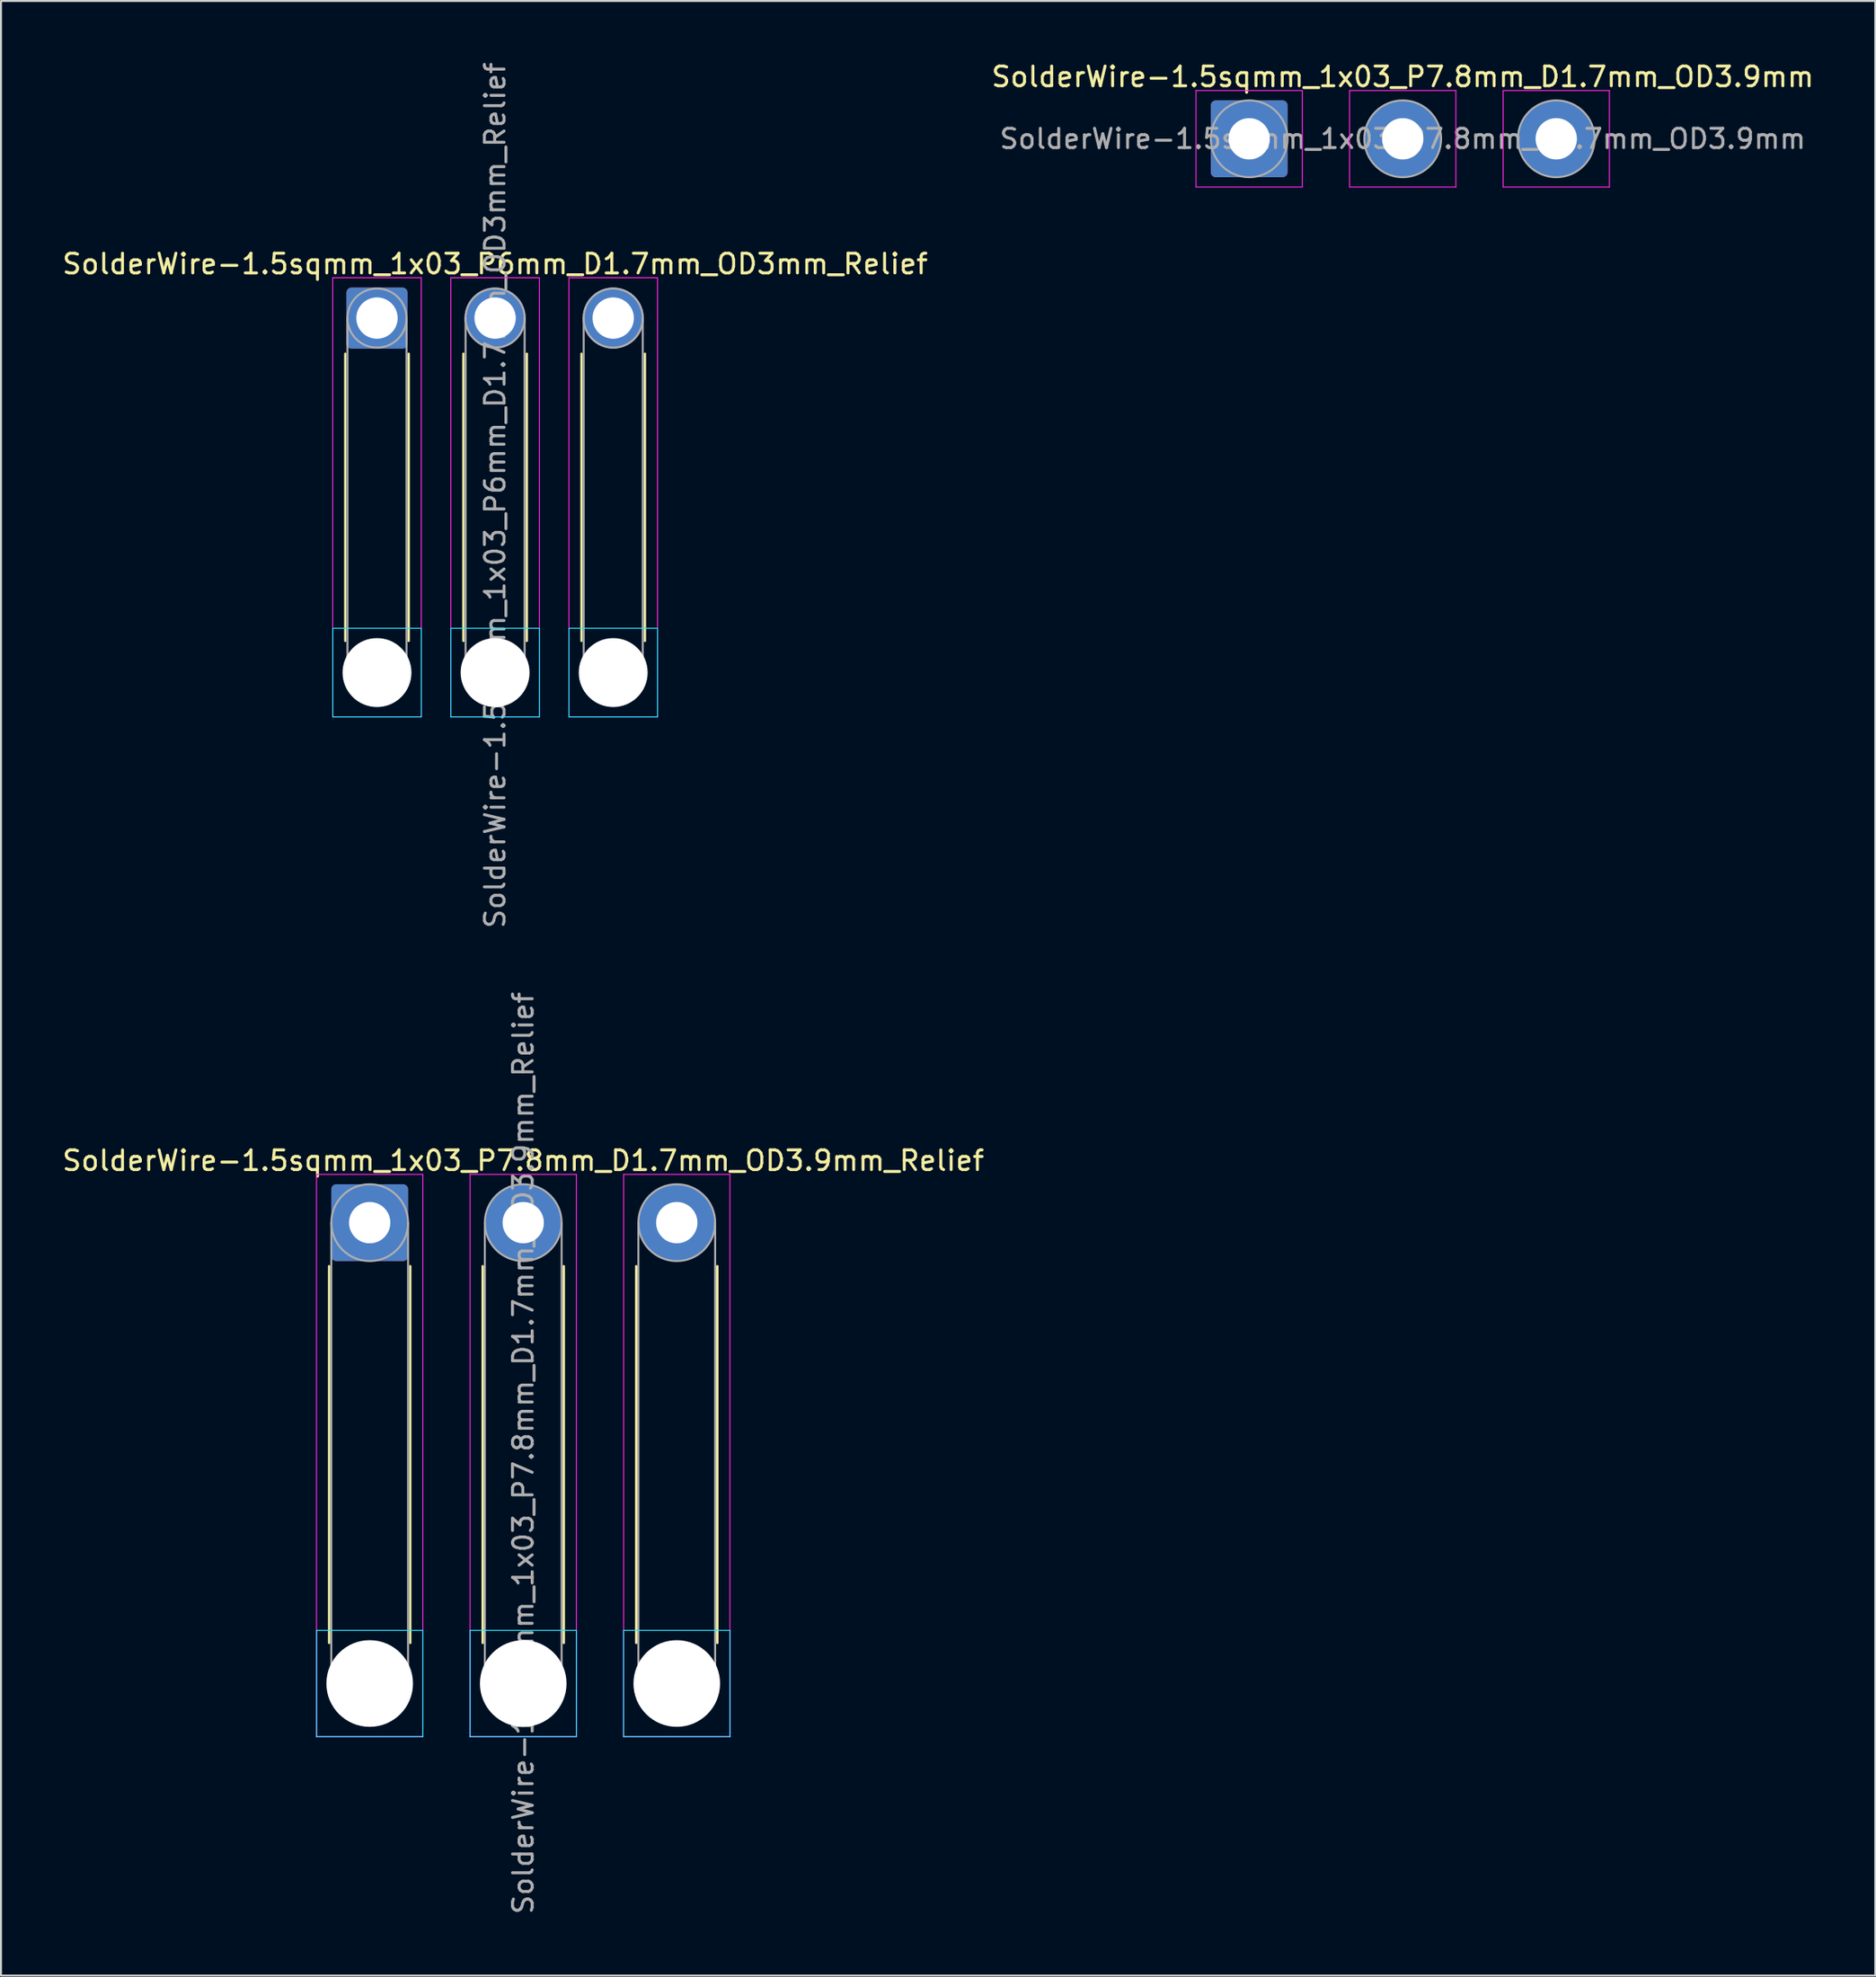
<source format=kicad_pcb>
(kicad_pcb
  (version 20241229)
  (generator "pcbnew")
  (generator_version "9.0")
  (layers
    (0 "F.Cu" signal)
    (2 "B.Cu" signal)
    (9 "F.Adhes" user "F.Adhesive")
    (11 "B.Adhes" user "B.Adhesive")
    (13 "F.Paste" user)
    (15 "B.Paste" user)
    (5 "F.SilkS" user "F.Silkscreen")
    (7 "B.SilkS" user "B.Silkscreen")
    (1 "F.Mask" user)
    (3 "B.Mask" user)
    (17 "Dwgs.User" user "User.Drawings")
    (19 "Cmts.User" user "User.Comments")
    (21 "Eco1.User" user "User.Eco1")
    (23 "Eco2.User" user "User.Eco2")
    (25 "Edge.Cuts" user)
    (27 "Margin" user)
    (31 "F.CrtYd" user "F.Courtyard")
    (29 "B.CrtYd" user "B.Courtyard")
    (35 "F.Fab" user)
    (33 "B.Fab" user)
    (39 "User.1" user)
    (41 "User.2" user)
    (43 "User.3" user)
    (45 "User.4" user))
  (footprint "SolderWire-1.5sqmm_1x03_P7.8mm_D1.7mm_OD3.9mm_Relief"
    (layer "F.Cu")
    (at 15.73 59.032)
    (property "Reference" "SolderWire-1.5sqmm_1x03_P7.8mm_D1.7mm_OD3.9mm_Relief" (at 7.8 -3.15 0) (layer "F.SilkS") (effects (font (size 1 1) (thickness 0.15))))
    (attr exclude_from_pos_files exclude_from_bom)
    (fp_line (start -2.06 2.21) (end -2.06 21.34) (stroke (width 0.12) (type solid)) (layer "F.SilkS"))
    (fp_line (start 2.06 2.21) (end 2.06 21.34) (stroke (width 0.12) (type solid)) (layer "F.SilkS"))
    (fp_line (start 5.74 2.21) (end 5.74 21.34) (stroke (width 0.12) (type solid)) (layer "F.SilkS"))
    (fp_line (start 9.86 2.21) (end 9.86 21.34) (stroke (width 0.12) (type solid)) (layer "F.SilkS"))
    (fp_line (start 13.54 2.21) (end 13.54 21.34) (stroke (width 0.12) (type solid)) (layer "F.SilkS"))
    (fp_line (start 17.66 2.21) (end 17.66 21.34) (stroke (width 0.12) (type solid)) (layer "F.SilkS"))
    (fp_line (start -2.7 20.7) (end -2.7 26.1) (stroke (width 0.05) (type solid)) (layer "B.CrtYd"))
    (fp_line (start -2.7 26.1) (end 2.7 26.1) (stroke (width 0.05) (type solid)) (layer "B.CrtYd"))
    (fp_line (start 2.7 20.7) (end -2.7 20.7) (stroke (width 0.05) (type solid)) (layer "B.CrtYd"))
    (fp_line (start 2.7 26.1) (end 2.7 20.7) (stroke (width 0.05) (type solid)) (layer "B.CrtYd"))
    (fp_line (start 5.1 20.7) (end 5.1 26.1) (stroke (width 0.05) (type solid)) (layer "B.CrtYd"))
    (fp_line (start 5.1 26.1) (end 10.5 26.1) (stroke (width 0.05) (type solid)) (layer "B.CrtYd"))
    (fp_line (start 10.5 20.7) (end 5.1 20.7) (stroke (width 0.05) (type solid)) (layer "B.CrtYd"))
    (fp_line (start 10.5 26.1) (end 10.5 20.7) (stroke (width 0.05) (type solid)) (layer "B.CrtYd"))
    (fp_line (start 12.9 20.7) (end 12.9 26.1) (stroke (width 0.05) (type solid)) (layer "B.CrtYd"))
    (fp_line (start 12.9 26.1) (end 18.3 26.1) (stroke (width 0.05) (type solid)) (layer "B.CrtYd"))
    (fp_line (start 18.3 20.7) (end 12.9 20.7) (stroke (width 0.05) (type solid)) (layer "B.CrtYd"))
    (fp_line (start 18.3 26.1) (end 18.3 20.7) (stroke (width 0.05) (type solid)) (layer "B.CrtYd"))
    (fp_line (start -2.7 -2.45) (end -2.7 26.1) (stroke (width 0.05) (type solid)) (layer "F.CrtYd"))
    (fp_line (start -2.7 26.1) (end 2.7 26.1) (stroke (width 0.05) (type solid)) (layer "F.CrtYd"))
    (fp_line (start 2.7 -2.45) (end -2.7 -2.45) (stroke (width 0.05) (type solid)) (layer "F.CrtYd"))
    (fp_line (start 2.7 26.1) (end 2.7 -2.45) (stroke (width 0.05) (type solid)) (layer "F.CrtYd"))
    (fp_line (start 5.1 -2.45) (end 5.1 26.1) (stroke (width 0.05) (type solid)) (layer "F.CrtYd"))
    (fp_line (start 5.1 26.1) (end 10.5 26.1) (stroke (width 0.05) (type solid)) (layer "F.CrtYd"))
    (fp_line (start 10.5 -2.45) (end 5.1 -2.45) (stroke (width 0.05) (type solid)) (layer "F.CrtYd"))
    (fp_line (start 10.5 26.1) (end 10.5 -2.45) (stroke (width 0.05) (type solid)) (layer "F.CrtYd"))
    (fp_line (start 12.9 -2.45) (end 12.9 26.1) (stroke (width 0.05) (type solid)) (layer "F.CrtYd"))
    (fp_line (start 12.9 26.1) (end 18.3 26.1) (stroke (width 0.05) (type solid)) (layer "F.CrtYd"))
    (fp_line (start 18.3 -2.45) (end 12.9 -2.45) (stroke (width 0.05) (type solid)) (layer "F.CrtYd"))
    (fp_line (start 18.3 26.1) (end 18.3 -2.45) (stroke (width 0.05) (type solid)) (layer "F.CrtYd"))
    (fp_line (start -1.95 0) (end -1.95 23.4) (stroke (width 0.1) (type solid)) (layer "F.Fab"))
    (fp_line (start 1.95 0) (end 1.95 23.4) (stroke (width 0.1) (type solid)) (layer "F.Fab"))
    (fp_line (start 5.85 0) (end 5.85 23.4) (stroke (width 0.1) (type solid)) (layer "F.Fab"))
    (fp_line (start 9.75 0) (end 9.75 23.4) (stroke (width 0.1) (type solid)) (layer "F.Fab"))
    (fp_line (start 13.65 0) (end 13.65 23.4) (stroke (width 0.1) (type solid)) (layer "F.Fab"))
    (fp_line (start 17.55 0) (end 17.55 23.4) (stroke (width 0.1) (type solid)) (layer "F.Fab"))
    (fp_circle (center 0 0) (end 1.95 0) (stroke (width 0.1) (type solid)) (fill no) (layer "F.Fab"))
    (fp_circle (center 0 23.4) (end 1.95 23.4) (stroke (width 0.1) (type solid)) (fill no) (layer "F.Fab"))
    (fp_circle (center 7.8 0) (end 9.75 0) (stroke (width 0.1) (type solid)) (fill no) (layer "F.Fab"))
    (fp_circle (center 7.8 23.4) (end 9.75 23.4) (stroke (width 0.1) (type solid)) (fill no) (layer "F.Fab"))
    (fp_circle (center 15.6 0) (end 17.55 0) (stroke (width 0.1) (type solid)) (fill no) (layer "F.Fab"))
    (fp_circle (center 15.6 23.4) (end 17.55 23.4) (stroke (width 0.1) (type solid)) (fill no) (layer "F.Fab"))
    (fp_text user "${REFERENCE}" (at 7.8 11.7 90) (layer "F.Fab") (effects (font (size 1 1) (thickness 0.15))))
    (pad "" np_thru_hole circle (at 0 23.4) (size 4.4 4.4) (drill 4.4) (layers "*.Cu" "*.Mask"))
    (pad "" np_thru_hole circle (at 7.8 23.4) (size 4.4 4.4) (drill 4.4) (layers "*.Cu" "*.Mask"))
    (pad "" np_thru_hole circle (at 15.6 23.4) (size 4.4 4.4) (drill 4.4) (layers "*.Cu" "*.Mask"))
    (pad "1" thru_hole roundrect (at 0 0) (size 3.9 3.9) (drill 2.1) (layers "*.Cu" "*.Mask") (roundrect_rratio 0.064))
    (pad "2" thru_hole circle (at 7.8 0) (size 3.9 3.9) (drill 2.1) (layers "*.Cu" "*.Mask"))
    (pad "3" thru_hole circle (at 15.6 0) (size 3.9 3.9) (drill 2.1) (layers "*.Cu" "*.Mask")))
  (footprint "SolderWire-1.5sqmm_1x03_P6mm_D1.7mm_OD3mm_Relief"
    (layer "F.Cu")
    (at 16.101 13.101)
    (property "Reference" "SolderWire-1.5sqmm_1x03_P6mm_D1.7mm_OD3mm_Relief" (at 6 -2.75 0) (layer "F.SilkS") (effects (font (size 1 1) (thickness 0.15))))
    (attr exclude_from_pos_files exclude_from_bom)
    (fp_line (start -1.61 1.81) (end -1.61 16.39) (stroke (width 0.12) (type solid)) (layer "F.SilkS"))
    (fp_line (start 1.61 1.81) (end 1.61 16.39) (stroke (width 0.12) (type solid)) (layer "F.SilkS"))
    (fp_line (start 4.39 1.81) (end 4.39 16.39) (stroke (width 0.12) (type solid)) (layer "F.SilkS"))
    (fp_line (start 7.61 1.81) (end 7.61 16.39) (stroke (width 0.12) (type solid)) (layer "F.SilkS"))
    (fp_line (start 10.39 1.81) (end 10.39 16.39) (stroke (width 0.12) (type solid)) (layer "F.SilkS"))
    (fp_line (start 13.61 1.81) (end 13.61 16.39) (stroke (width 0.12) (type solid)) (layer "F.SilkS"))
    (fp_line (start -2.25 15.75) (end -2.25 20.25) (stroke (width 0.05) (type solid)) (layer "B.CrtYd"))
    (fp_line (start -2.25 20.25) (end 2.25 20.25) (stroke (width 0.05) (type solid)) (layer "B.CrtYd"))
    (fp_line (start 2.25 15.75) (end -2.25 15.75) (stroke (width 0.05) (type solid)) (layer "B.CrtYd"))
    (fp_line (start 2.25 20.25) (end 2.25 15.75) (stroke (width 0.05) (type solid)) (layer "B.CrtYd"))
    (fp_line (start 3.75 15.75) (end 3.75 20.25) (stroke (width 0.05) (type solid)) (layer "B.CrtYd"))
    (fp_line (start 3.75 20.25) (end 8.25 20.25) (stroke (width 0.05) (type solid)) (layer "B.CrtYd"))
    (fp_line (start 8.25 15.75) (end 3.75 15.75) (stroke (width 0.05) (type solid)) (layer "B.CrtYd"))
    (fp_line (start 8.25 20.25) (end 8.25 15.75) (stroke (width 0.05) (type solid)) (layer "B.CrtYd"))
    (fp_line (start 9.75 15.75) (end 9.75 20.25) (stroke (width 0.05) (type solid)) (layer "B.CrtYd"))
    (fp_line (start 9.75 20.25) (end 14.25 20.25) (stroke (width 0.05) (type solid)) (layer "B.CrtYd"))
    (fp_line (start 14.25 15.75) (end 9.75 15.75) (stroke (width 0.05) (type solid)) (layer "B.CrtYd"))
    (fp_line (start 14.25 20.25) (end 14.25 15.75) (stroke (width 0.05) (type solid)) (layer "B.CrtYd"))
    (fp_line (start -2.25 -2.05) (end -2.25 20.25) (stroke (width 0.05) (type solid)) (layer "F.CrtYd"))
    (fp_line (start -2.25 20.25) (end 2.25 20.25) (stroke (width 0.05) (type solid)) (layer "F.CrtYd"))
    (fp_line (start 2.25 -2.05) (end -2.25 -2.05) (stroke (width 0.05) (type solid)) (layer "F.CrtYd"))
    (fp_line (start 2.25 20.25) (end 2.25 -2.05) (stroke (width 0.05) (type solid)) (layer "F.CrtYd"))
    (fp_line (start 3.75 -2.05) (end 3.75 20.25) (stroke (width 0.05) (type solid)) (layer "F.CrtYd"))
    (fp_line (start 3.75 20.25) (end 8.25 20.25) (stroke (width 0.05) (type solid)) (layer "F.CrtYd"))
    (fp_line (start 8.25 -2.05) (end 3.75 -2.05) (stroke (width 0.05) (type solid)) (layer "F.CrtYd"))
    (fp_line (start 8.25 20.25) (end 8.25 -2.05) (stroke (width 0.05) (type solid)) (layer "F.CrtYd"))
    (fp_line (start 9.75 -2.05) (end 9.75 20.25) (stroke (width 0.05) (type solid)) (layer "F.CrtYd"))
    (fp_line (start 9.75 20.25) (end 14.25 20.25) (stroke (width 0.05) (type solid)) (layer "F.CrtYd"))
    (fp_line (start 14.25 -2.05) (end 9.75 -2.05) (stroke (width 0.05) (type solid)) (layer "F.CrtYd"))
    (fp_line (start 14.25 20.25) (end 14.25 -2.05) (stroke (width 0.05) (type solid)) (layer "F.CrtYd"))
    (fp_line (start -1.5 0) (end -1.5 18) (stroke (width 0.1) (type solid)) (layer "F.Fab"))
    (fp_line (start 1.5 0) (end 1.5 18) (stroke (width 0.1) (type solid)) (layer "F.Fab"))
    (fp_line (start 4.5 0) (end 4.5 18) (stroke (width 0.1) (type solid)) (layer "F.Fab"))
    (fp_line (start 7.5 0) (end 7.5 18) (stroke (width 0.1) (type solid)) (layer "F.Fab"))
    (fp_line (start 10.5 0) (end 10.5 18) (stroke (width 0.1) (type solid)) (layer "F.Fab"))
    (fp_line (start 13.5 0) (end 13.5 18) (stroke (width 0.1) (type solid)) (layer "F.Fab"))
    (fp_circle (center 0 0) (end 1.5 0) (stroke (width 0.1) (type solid)) (fill no) (layer "F.Fab"))
    (fp_circle (center 0 18) (end 1.5 18) (stroke (width 0.1) (type solid)) (fill no) (layer "F.Fab"))
    (fp_circle (center 6 0) (end 7.5 0) (stroke (width 0.1) (type solid)) (fill no) (layer "F.Fab"))
    (fp_circle (center 6 18) (end 7.5 18) (stroke (width 0.1) (type solid)) (fill no) (layer "F.Fab"))
    (fp_circle (center 12 0) (end 13.5 0) (stroke (width 0.1) (type solid)) (fill no) (layer "F.Fab"))
    (fp_circle (center 12 18) (end 13.5 18) (stroke (width 0.1) (type solid)) (fill no) (layer "F.Fab"))
    (fp_text user "${REFERENCE}" (at 6 9 90) (layer "F.Fab") (effects (font (size 1 1) (thickness 0.15))))
    (pad "" np_thru_hole circle (at 0 18) (size 3.5 3.5) (drill 3.5) (layers "*.Cu" "*.Mask"))
    (pad "" np_thru_hole circle (at 6 18) (size 3.5 3.5) (drill 3.5) (layers "*.Cu" "*.Mask"))
    (pad "" np_thru_hole circle (at 12 18) (size 3.5 3.5) (drill 3.5) (layers "*.Cu" "*.Mask"))
    (pad "1" thru_hole roundrect (at 0 0) (size 3.1 3.1) (drill 2.1) (layers "*.Cu" "*.Mask") (roundrect_rratio 0.081))
    (pad "2" thru_hole circle (at 6 0) (size 3.1 3.1) (drill 2.1) (layers "*.Cu" "*.Mask"))
    (pad "3" thru_hole circle (at 12 0) (size 3.1 3.1) (drill 2.1) (layers "*.Cu" "*.Mask")))
  (footprint "SolderWire-1.5sqmm_1x03_P7.8mm_D1.7mm_OD3.9mm"
    (layer "F.Cu")
    (at 60.408 3.998)
    (property "Reference" "SolderWire-1.5sqmm_1x03_P7.8mm_D1.7mm_OD3.9mm" (at 7.8 -3.15 0) (layer "F.SilkS") (effects (font (size 1 1) (thickness 0.15))))
    (attr exclude_from_pos_files exclude_from_bom)
    (fp_line (start -2.7 -2.45) (end -2.7 2.45) (stroke (width 0.05) (type solid)) (layer "F.CrtYd"))
    (fp_line (start -2.7 2.45) (end 2.7 2.45) (stroke (width 0.05) (type solid)) (layer "F.CrtYd"))
    (fp_line (start 2.7 -2.45) (end -2.7 -2.45) (stroke (width 0.05) (type solid)) (layer "F.CrtYd"))
    (fp_line (start 2.7 2.45) (end 2.7 -2.45) (stroke (width 0.05) (type solid)) (layer "F.CrtYd"))
    (fp_line (start 5.1 -2.45) (end 5.1 2.45) (stroke (width 0.05) (type solid)) (layer "F.CrtYd"))
    (fp_line (start 5.1 2.45) (end 10.5 2.45) (stroke (width 0.05) (type solid)) (layer "F.CrtYd"))
    (fp_line (start 10.5 -2.45) (end 5.1 -2.45) (stroke (width 0.05) (type solid)) (layer "F.CrtYd"))
    (fp_line (start 10.5 2.45) (end 10.5 -2.45) (stroke (width 0.05) (type solid)) (layer "F.CrtYd"))
    (fp_line (start 12.9 -2.45) (end 12.9 2.45) (stroke (width 0.05) (type solid)) (layer "F.CrtYd"))
    (fp_line (start 12.9 2.45) (end 18.3 2.45) (stroke (width 0.05) (type solid)) (layer "F.CrtYd"))
    (fp_line (start 18.3 -2.45) (end 12.9 -2.45) (stroke (width 0.05) (type solid)) (layer "F.CrtYd"))
    (fp_line (start 18.3 2.45) (end 18.3 -2.45) (stroke (width 0.05) (type solid)) (layer "F.CrtYd"))
    (fp_circle (center 0 0) (end 1.95 0) (stroke (width 0.1) (type solid)) (fill no) (layer "F.Fab"))
    (fp_circle (center 7.8 0) (end 9.75 0) (stroke (width 0.1) (type solid)) (fill no) (layer "F.Fab"))
    (fp_circle (center 15.6 0) (end 17.55 0) (stroke (width 0.1) (type solid)) (fill no) (layer "F.Fab"))
    (fp_text user "${REFERENCE}" (at 7.8 0 0) (layer "F.Fab") (effects (font (size 0.98 0.98) (thickness 0.15))))
    (pad "1" thru_hole roundrect (at 0 0) (size 3.9 3.9) (drill 2.1) (layers "*.Cu" "*.Mask") (roundrect_rratio 0.064))
    (pad "2" thru_hole circle (at 7.8 0) (size 3.9 3.9) (drill 2.1) (layers "*.Cu" "*.Mask"))
    (pad "3" thru_hole circle (at 15.6 0) (size 3.9 3.9) (drill 2.1) (layers "*.Cu" "*.Mask")))
  (gr_rect
    (start -3 -3)
    (end 92.214 97.262)
    (stroke (width 0.1) (type default))
    (fill no)
    (layer "Edge.Cuts")))
</source>
